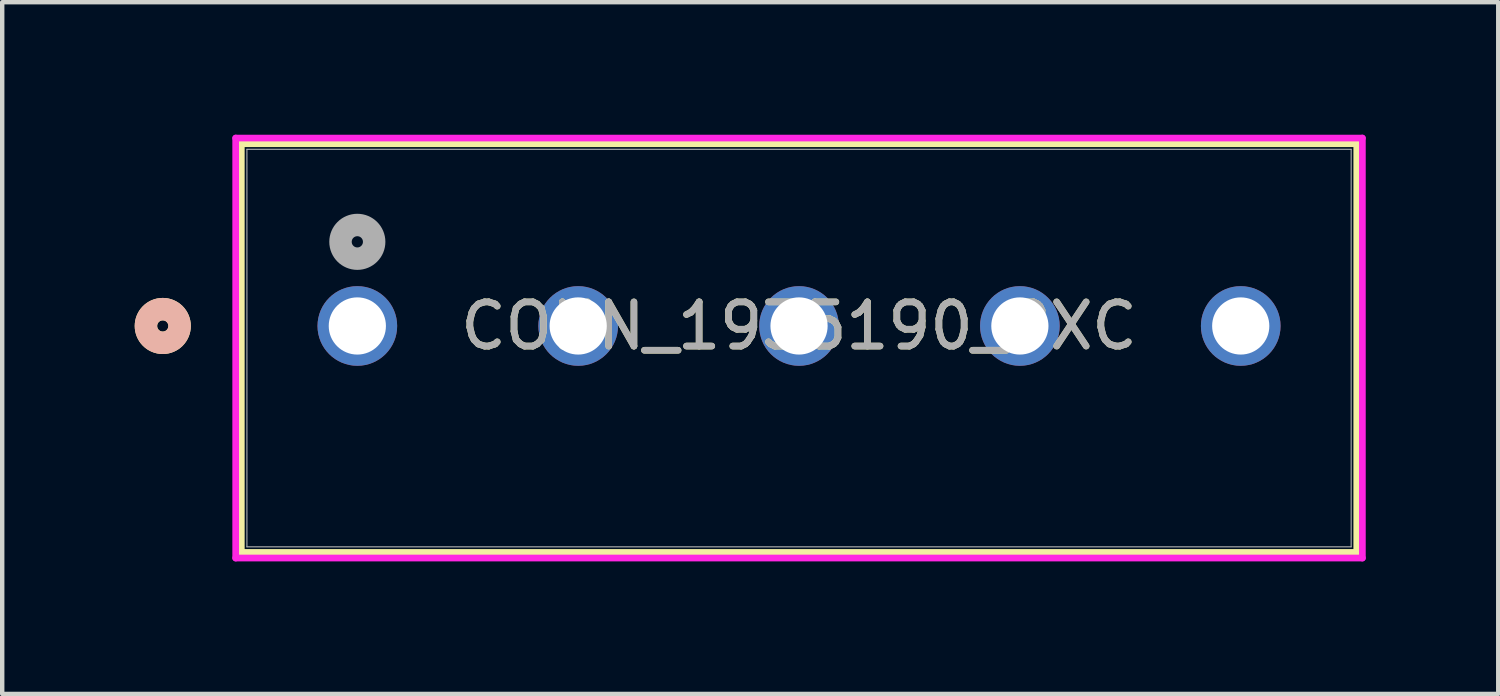
<source format=kicad_pcb>
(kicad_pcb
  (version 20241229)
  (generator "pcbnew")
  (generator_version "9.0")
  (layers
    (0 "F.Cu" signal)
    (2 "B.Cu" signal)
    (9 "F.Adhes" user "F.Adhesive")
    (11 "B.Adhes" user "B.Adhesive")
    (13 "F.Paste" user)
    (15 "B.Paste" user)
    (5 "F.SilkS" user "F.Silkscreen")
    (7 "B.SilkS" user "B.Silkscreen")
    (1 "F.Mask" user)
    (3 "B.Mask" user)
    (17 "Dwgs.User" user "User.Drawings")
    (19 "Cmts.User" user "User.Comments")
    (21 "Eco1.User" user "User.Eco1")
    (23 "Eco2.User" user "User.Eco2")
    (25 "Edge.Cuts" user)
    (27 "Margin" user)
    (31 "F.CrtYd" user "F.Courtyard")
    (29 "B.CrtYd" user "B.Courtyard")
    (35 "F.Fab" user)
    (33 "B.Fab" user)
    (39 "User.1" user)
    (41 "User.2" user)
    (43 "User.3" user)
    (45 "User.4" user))
  (footprint "CONN_1935190_PXC"
    (layer "F.Cu")
    (at 5.04 4.33)
    (property "Reference" "CONN_1935190_PXC" (at 10 0 0) (unlocked yes) (layer "F.SilkS") (effects (font (size 1 1) (thickness 0.15))))
    (attr through_hole)
    (fp_line (start -2.627 -4.127) (end -2.627 5.127) (stroke (width 0.152) (type solid)) (layer "F.SilkS"))
    (fp_line (start -2.627 5.127) (end 22.627 5.127) (stroke (width 0.152) (type solid)) (layer "F.SilkS"))
    (fp_line (start 22.627 -4.127) (end -2.627 -4.127) (stroke (width 0.152) (type solid)) (layer "F.SilkS"))
    (fp_line (start 22.627 5.127) (end 22.627 -4.127) (stroke (width 0.152) (type solid)) (layer "F.SilkS"))
    (fp_circle (center -4.405 0) (end -4.024 0) (stroke (width 0.508) (type solid)) (fill no) (layer "F.SilkS"))
    (fp_circle (center -4.405 0) (end -4.024 0) (stroke (width 0.508) (type solid)) (fill no) (layer "B.SilkS"))
    (fp_line (start -2.754 -4.254) (end -2.754 5.254) (stroke (width 0.152) (type solid)) (layer "F.CrtYd"))
    (fp_line (start -2.754 5.254) (end 22.754 5.254) (stroke (width 0.152) (type solid)) (layer "F.CrtYd"))
    (fp_line (start 22.754 -4.254) (end -2.754 -4.254) (stroke (width 0.152) (type solid)) (layer "F.CrtYd"))
    (fp_line (start 22.754 5.254) (end 22.754 -4.254) (stroke (width 0.152) (type solid)) (layer "F.CrtYd"))
    (fp_line (start -2.5 -4) (end -2.5 5) (stroke (width 0.025) (type solid)) (layer "F.Fab"))
    (fp_line (start -2.5 5) (end 22.5 5) (stroke (width 0.025) (type solid)) (layer "F.Fab"))
    (fp_line (start 22.5 -4) (end -2.5 -4) (stroke (width 0.025) (type solid)) (layer "F.Fab"))
    (fp_line (start 22.5 5) (end 22.5 -4) (stroke (width 0.025) (type solid)) (layer "F.Fab"))
    (fp_circle (center 0 -1.905) (end 0.381 -1.905) (stroke (width 0.508) (type solid)) (fill no) (layer "F.Fab"))
    (fp_text user "${REFERENCE}" (at 10 0 0) (unlocked yes) (layer "F.Fab") (effects (font (size 1 1) (thickness 0.15))))
    (pad "1" thru_hole circle (at 0 0) (size 1.803 1.803) (drill 1.295) (layers "*.Cu" "*.Mask"))
    (pad "2" thru_hole circle (at 5 0) (size 1.803 1.803) (drill 1.295) (layers "*.Cu" "*.Mask"))
    (pad "3" thru_hole circle (at 10 0) (size 1.803 1.803) (drill 1.295) (layers "*.Cu" "*.Mask"))
    (pad "4" thru_hole circle (at 15 0) (size 1.803 1.803) (drill 1.295) (layers "*.Cu" "*.Mask"))
    (pad "5" thru_hole circle (at 20 0) (size 1.803 1.803) (drill 1.295) (layers "*.Cu" "*.Mask")))
  (gr_rect
    (start -3 -3)
    (end 30.87 12.66)
    (stroke (width 0.1) (type default))
    (fill no)
    (layer "Edge.Cuts")))
</source>
